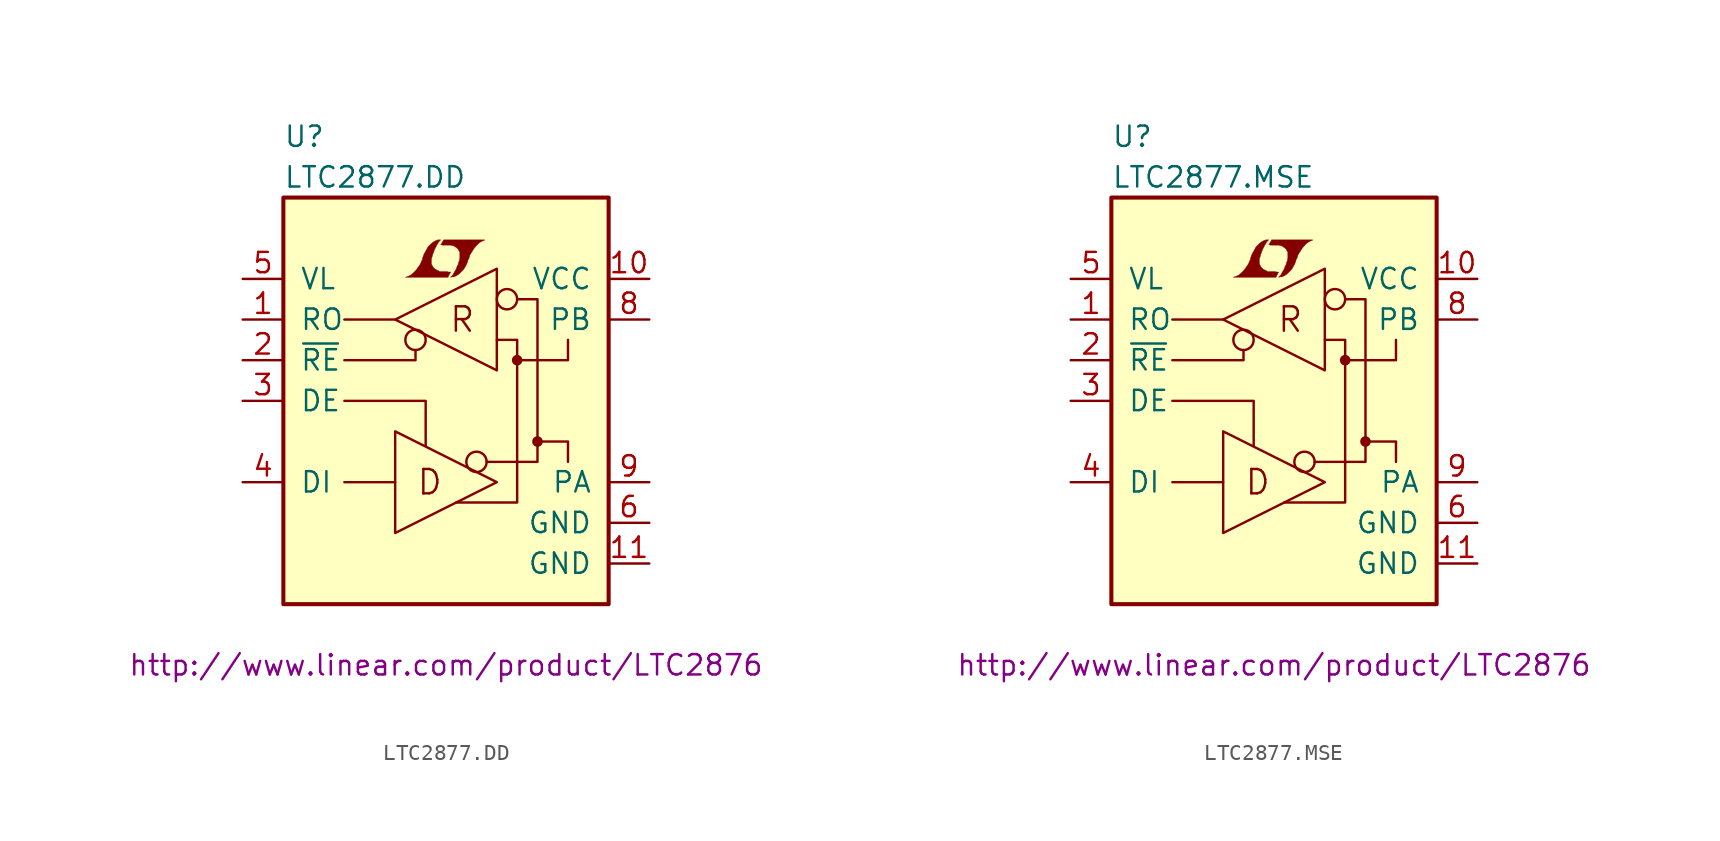
<source format=kicad_sym>
(kicad_symbol_lib
  (version 20201005)
  (generator kicad_symbol_editor)
  (symbol "LTC2877.DD"
    (pin_names
      (offset 1.016))
    (property "Reference" "U"
      (at -10.16 16.51 0)
      (effects (font (size 1.27 1.27)) (justify left)))
    (property "Value" "LTC2877.DD"
      (at -10.16 13.97 0)
      (effects (font (size 1.27 1.27)) (justify left)))
    (property "Datasheet" "http://www.linear.com/product/LTC2876"
      (at 0 -16.51 0)
      (effects (font (size 1.27 1.27))))
    (symbol "LTC2877.DD_0_0"
      (text "D" (at -1.016 -5.08 0) (effects (font (size 1.524 1.524))))
      (text "R" (at 1.016 5.08 0) (effects (font (size 1.524 1.524))))
      (polyline (pts (xy 0.203 7.899) (xy 0.229 7.925) (xy 0.279 8.026) (xy 0.279 8.052) (xy 0.152 8.052) (xy 0.051 8.077) (xy -0.406 8.077) (xy -0.432 8.103) (xy -0.686 8.23) (xy -0.787 8.331) (xy -0.864 8.458) (xy -0.914 8.56) (xy -0.914 8.865) (xy -0.864 9.017) (xy -0.838 9.119) (xy -0.813 9.195) (xy -0.762 9.322) (xy -0.711 9.474) (xy -0.635 9.601) (xy -0.584 9.728) (xy -0.508 9.83) (xy -0.457 9.931) (xy -0.33 10.058) (xy -0.508 10.058) (xy -0.635 10.008) (xy -0.737 9.957) (xy -0.813 9.906) (xy -0.94 9.804) (xy -1.118 9.627) (xy -1.372 9.169) (xy -1.473 8.89) (xy -1.473 8.839) (xy -1.524 8.738) (xy -1.575 8.611) (xy -1.626 8.509) (xy -1.753 8.331) (xy -1.905 8.128) (xy -2.057 7.976) (xy -2.21 7.849) (xy -2.388 7.772) (xy -2.54 7.722) (xy 0.127 7.722) (xy 0.203 7.899)) (stroke (width 0.025)) (fill (type outline)))
      (polyline (pts (xy 0.406 7.747) (xy 0.483 7.747) (xy 0.66 7.823) (xy 0.813 7.925) (xy 1.092 8.204) (xy 1.219 8.407) (xy 1.321 8.611) (xy 1.397 8.865) (xy 1.422 8.865) (xy 1.499 9.119) (xy 1.753 9.525) (xy 1.905 9.703) (xy 2.057 9.855) (xy 2.21 9.957) (xy 2.388 10.033) (xy 2.413 10.033) (xy 2.413 10.058) (xy -0.152 10.058) (xy -0.229 9.906) (xy -0.254 9.881) (xy -0.305 9.779) (xy -0.33 9.754) (xy -0.279 9.754) (xy -0.229 9.728) (xy 0.305 9.728) (xy 0.356 9.703) (xy 0.406 9.703) (xy 0.483 9.677) (xy 0.61 9.601) (xy 0.737 9.5) (xy 0.813 9.373) (xy 0.838 9.322) (xy 0.864 9.296) (xy 0.864 8.89) (xy 0.838 8.839) (xy 0.838 8.763) (xy 0.787 8.661) (xy 0.762 8.534) (xy 0.686 8.382) (xy 0.635 8.23) (xy 0.483 7.976) (xy 0.432 7.874) (xy 0.279 7.722) (xy 0.406 7.747)) (stroke (width 0.025)) (fill (type outline))))
    (symbol "LTC2877.DD_0_1"
      (circle (center -1.905 3.81) (radius 0.635) (stroke (width 0)) (fill (type none)))
      (circle (center 1.905 -3.81) (radius 0.635) (stroke (width 0)) (fill (type none)))
      (circle (center 3.81 6.35) (radius 0.635) (stroke (width 0)) (fill (type none)))
      (circle (center 4.445 2.54) (radius 0.254) (stroke (width 0)) (fill (type outline)))
      (circle (center 5.715 -2.54) (radius 0.254) (stroke (width 0)) (fill (type outline)))
      (rectangle (start -10.16 12.7) (end 10.16 -12.7) (stroke (width 0.254)) (fill (type background)))
      (polyline (pts (xy -3.175 -5.08) (xy -6.35 -5.08)) (stroke (width 0)) (fill (type none)))
      (polyline (pts (xy -3.175 5.08) (xy -6.35 5.08)) (stroke (width 0)) (fill (type none)))
      (polyline (pts (xy -6.35 0) (xy -1.27 0) (xy -1.27 -2.794)) (stroke (width 0)) (fill (type none)))
      (polyline (pts (xy -1.905 3.175) (xy -1.905 2.54) (xy -6.35 2.54)) (stroke (width 0)) (fill (type none)))
      (polyline (pts (xy 4.445 2.54) (xy 7.62 2.54) (xy 7.62 3.81)) (stroke (width 0)) (fill (type none)))
      (polyline (pts (xy 5.715 -2.54) (xy 7.62 -2.54) (xy 7.62 -3.81)) (stroke (width 0)) (fill (type none)))
      (polyline (pts (xy -3.175 -1.905) (xy -3.175 -8.255) (xy 3.175 -5.08) (xy -3.175 -1.905)) (stroke (width 0)) (fill (type none)))
      (polyline (pts (xy -3.175 5.08) (xy 3.175 1.905) (xy 3.175 8.255) (xy -3.175 5.08)) (stroke (width 0)) (fill (type none)))
      (polyline (pts (xy 0.635 -6.35) (xy 4.445 -6.35) (xy 4.445 3.81) (xy 3.175 3.81)) (stroke (width 0)) (fill (type none)))
      (polyline (pts (xy 4.445 6.35) (xy 5.715 6.35) (xy 5.715 -1.27) (xy 5.715 -3.81) (xy 2.54 -3.81)) (stroke (width 0)) (fill (type none))))
    (symbol "LTC2877.DD_1_1"
      (pin tri_state line (at -12.7 5.08 0) (length 2.54) (name "RO" (effects (font (size 1.27 1.27)))) (number "1" (effects (font (size 1.27 1.27)))))
      (pin power_in line (at 12.7 7.62 180) (length 2.54) (name "VCC" (effects (font (size 1.27 1.27)))) (number "10" (effects (font (size 1.27 1.27)))))
      (pin power_in line (at 12.7 -10.16 180) (length 2.54) (name "GND" (effects (font (size 1.27 1.27)))) (number "11" (effects (font (size 1.27 1.27)))))
      (pin input line (at -12.7 2.54 0) (length 2.54) (name "~RE~" (effects (font (size 1.27 1.27)))) (number "2" (effects (font (size 1.27 1.27)))))
      (pin input line (at -12.7 0 0) (length 2.54) (name "DE" (effects (font (size 1.27 1.27)))) (number "3" (effects (font (size 1.27 1.27)))))
      (pin passive line (at -12.7 -5.08 0) (length 2.54) (name "DI" (effects (font (size 1.27 1.27)))) (number "4" (effects (font (size 1.27 1.27)))))
      (pin power_in line (at -12.7 7.62 0) (length 2.54) (name "VL" (effects (font (size 1.27 1.27)))) (number "5" (effects (font (size 1.27 1.27)))))
      (pin power_in line (at 12.7 -7.62 180) (length 2.54) (name "GND" (effects (font (size 1.27 1.27)))) (number "6" (effects (font (size 1.27 1.27)))))
      (pin unconnected line (at -12.7 -7.62 0) (length 2.54) hide (name "NC" (effects (font (size 1.27 1.27)))) (number "7" (effects (font (size 1.27 1.27)))))
      (pin passive line (at 12.7 5.08 180) (length 2.54) (name "PB" (effects (font (size 1.27 1.27)))) (number "8" (effects (font (size 1.27 1.27)))))
      (pin passive line (at 12.7 -5.08 180) (length 2.54) (name "PA" (effects (font (size 1.27 1.27)))) (number "9" (effects (font (size 1.27 1.27)))))))
  (symbol "LTC2877.MSE"
    (pin_names
      (offset 1.016))
    (property "Reference" "U"
      (at -10.16 16.51 0)
      (effects (font (size 1.27 1.27)) (justify left)))
    (property "Value" "LTC2877.MSE"
      (at -10.16 13.97 0)
      (effects (font (size 1.27 1.27)) (justify left)))
    (property "Datasheet" "http://www.linear.com/product/LTC2876"
      (at 0 -16.51 0)
      (effects (font (size 1.27 1.27))))
    (symbol "LTC2877.MSE_0_0"
      (text "D" (at -1.016 -5.08 0) (effects (font (size 1.524 1.524))))
      (text "R" (at 1.016 5.08 0) (effects (font (size 1.524 1.524))))
      (polyline (pts (xy 0.203 7.899) (xy 0.229 7.925) (xy 0.279 8.026) (xy 0.279 8.052) (xy 0.152 8.052) (xy 0.051 8.077) (xy -0.406 8.077) (xy -0.432 8.103) (xy -0.686 8.23) (xy -0.787 8.331) (xy -0.864 8.458) (xy -0.914 8.56) (xy -0.914 8.865) (xy -0.864 9.017) (xy -0.838 9.119) (xy -0.813 9.195) (xy -0.762 9.322) (xy -0.711 9.474) (xy -0.635 9.601) (xy -0.584 9.728) (xy -0.508 9.83) (xy -0.457 9.931) (xy -0.33 10.058) (xy -0.508 10.058) (xy -0.635 10.008) (xy -0.737 9.957) (xy -0.813 9.906) (xy -0.94 9.804) (xy -1.118 9.627) (xy -1.372 9.169) (xy -1.473 8.89) (xy -1.473 8.839) (xy -1.524 8.738) (xy -1.575 8.611) (xy -1.626 8.509) (xy -1.753 8.331) (xy -1.905 8.128) (xy -2.057 7.976) (xy -2.21 7.849) (xy -2.388 7.772) (xy -2.54 7.722) (xy 0.127 7.722) (xy 0.203 7.899)) (stroke (width 0.025)) (fill (type outline)))
      (polyline (pts (xy 0.406 7.747) (xy 0.483 7.747) (xy 0.66 7.823) (xy 0.813 7.925) (xy 1.092 8.204) (xy 1.219 8.407) (xy 1.321 8.611) (xy 1.397 8.865) (xy 1.422 8.865) (xy 1.499 9.119) (xy 1.753 9.525) (xy 1.905 9.703) (xy 2.057 9.855) (xy 2.21 9.957) (xy 2.388 10.033) (xy 2.413 10.033) (xy 2.413 10.058) (xy -0.152 10.058) (xy -0.229 9.906) (xy -0.254 9.881) (xy -0.305 9.779) (xy -0.33 9.754) (xy -0.279 9.754) (xy -0.229 9.728) (xy 0.305 9.728) (xy 0.356 9.703) (xy 0.406 9.703) (xy 0.483 9.677) (xy 0.61 9.601) (xy 0.737 9.5) (xy 0.813 9.373) (xy 0.838 9.322) (xy 0.864 9.296) (xy 0.864 8.89) (xy 0.838 8.839) (xy 0.838 8.763) (xy 0.787 8.661) (xy 0.762 8.534) (xy 0.686 8.382) (xy 0.635 8.23) (xy 0.483 7.976) (xy 0.432 7.874) (xy 0.279 7.722) (xy 0.406 7.747)) (stroke (width 0.025)) (fill (type outline))))
    (symbol "LTC2877.MSE_0_1"
      (circle (center -1.905 3.81) (radius 0.635) (stroke (width 0)) (fill (type none)))
      (circle (center 1.905 -3.81) (radius 0.635) (stroke (width 0)) (fill (type none)))
      (circle (center 3.81 6.35) (radius 0.635) (stroke (width 0)) (fill (type none)))
      (circle (center 4.445 2.54) (radius 0.254) (stroke (width 0)) (fill (type outline)))
      (circle (center 5.715 -2.54) (radius 0.254) (stroke (width 0)) (fill (type outline)))
      (rectangle (start -10.16 12.7) (end 10.16 -12.7) (stroke (width 0.254)) (fill (type background)))
      (polyline (pts (xy -3.175 -5.08) (xy -6.35 -5.08)) (stroke (width 0)) (fill (type none)))
      (polyline (pts (xy -3.175 5.08) (xy -6.35 5.08)) (stroke (width 0)) (fill (type none)))
      (polyline (pts (xy -6.35 0) (xy -1.27 0) (xy -1.27 -2.794)) (stroke (width 0)) (fill (type none)))
      (polyline (pts (xy -1.905 3.175) (xy -1.905 2.54) (xy -6.35 2.54)) (stroke (width 0)) (fill (type none)))
      (polyline (pts (xy 4.445 2.54) (xy 7.62 2.54) (xy 7.62 3.81)) (stroke (width 0)) (fill (type none)))
      (polyline (pts (xy 5.715 -2.54) (xy 7.62 -2.54) (xy 7.62 -3.81)) (stroke (width 0)) (fill (type none)))
      (polyline (pts (xy -3.175 -1.905) (xy -3.175 -8.255) (xy 3.175 -5.08) (xy -3.175 -1.905)) (stroke (width 0)) (fill (type none)))
      (polyline (pts (xy -3.175 5.08) (xy 3.175 1.905) (xy 3.175 8.255) (xy -3.175 5.08)) (stroke (width 0)) (fill (type none)))
      (polyline (pts (xy 0.635 -6.35) (xy 4.445 -6.35) (xy 4.445 3.81) (xy 3.175 3.81)) (stroke (width 0)) (fill (type none)))
      (polyline (pts (xy 4.445 6.35) (xy 5.715 6.35) (xy 5.715 -1.27) (xy 5.715 -3.81) (xy 2.54 -3.81)) (stroke (width 0)) (fill (type none))))
    (symbol "LTC2877.MSE_1_1"
      (pin tri_state line (at -12.7 5.08 0) (length 2.54) (name "RO" (effects (font (size 1.27 1.27)))) (number "1" (effects (font (size 1.27 1.27)))))
      (pin power_in line (at 12.7 7.62 180) (length 2.54) (name "VCC" (effects (font (size 1.27 1.27)))) (number "10" (effects (font (size 1.27 1.27)))))
      (pin power_in line (at 12.7 -10.16 180) (length 2.54) (name "GND" (effects (font (size 1.27 1.27)))) (number "11" (effects (font (size 1.27 1.27)))))
      (pin input line (at -12.7 2.54 0) (length 2.54) (name "~RE~" (effects (font (size 1.27 1.27)))) (number "2" (effects (font (size 1.27 1.27)))))
      (pin input line (at -12.7 0 0) (length 2.54) (name "DE" (effects (font (size 1.27 1.27)))) (number "3" (effects (font (size 1.27 1.27)))))
      (pin passive line (at -12.7 -5.08 0) (length 2.54) (name "DI" (effects (font (size 1.27 1.27)))) (number "4" (effects (font (size 1.27 1.27)))))
      (pin power_in line (at -12.7 7.62 0) (length 2.54) (name "VL" (effects (font (size 1.27 1.27)))) (number "5" (effects (font (size 1.27 1.27)))))
      (pin power_in line (at 12.7 -7.62 180) (length 2.54) (name "GND" (effects (font (size 1.27 1.27)))) (number "6" (effects (font (size 1.27 1.27)))))
      (pin unconnected line (at -12.7 -7.62 0) (length 2.54) hide (name "NC" (effects (font (size 1.27 1.27)))) (number "7" (effects (font (size 1.27 1.27)))))
      (pin passive line (at 12.7 5.08 180) (length 2.54) (name "PB" (effects (font (size 1.27 1.27)))) (number "8" (effects (font (size 1.27 1.27)))))
      (pin passive line (at 12.7 -5.08 180) (length 2.54) (name "PA" (effects (font (size 1.27 1.27)))) (number "9" (effects (font (size 1.27 1.27))))))))
</source>
